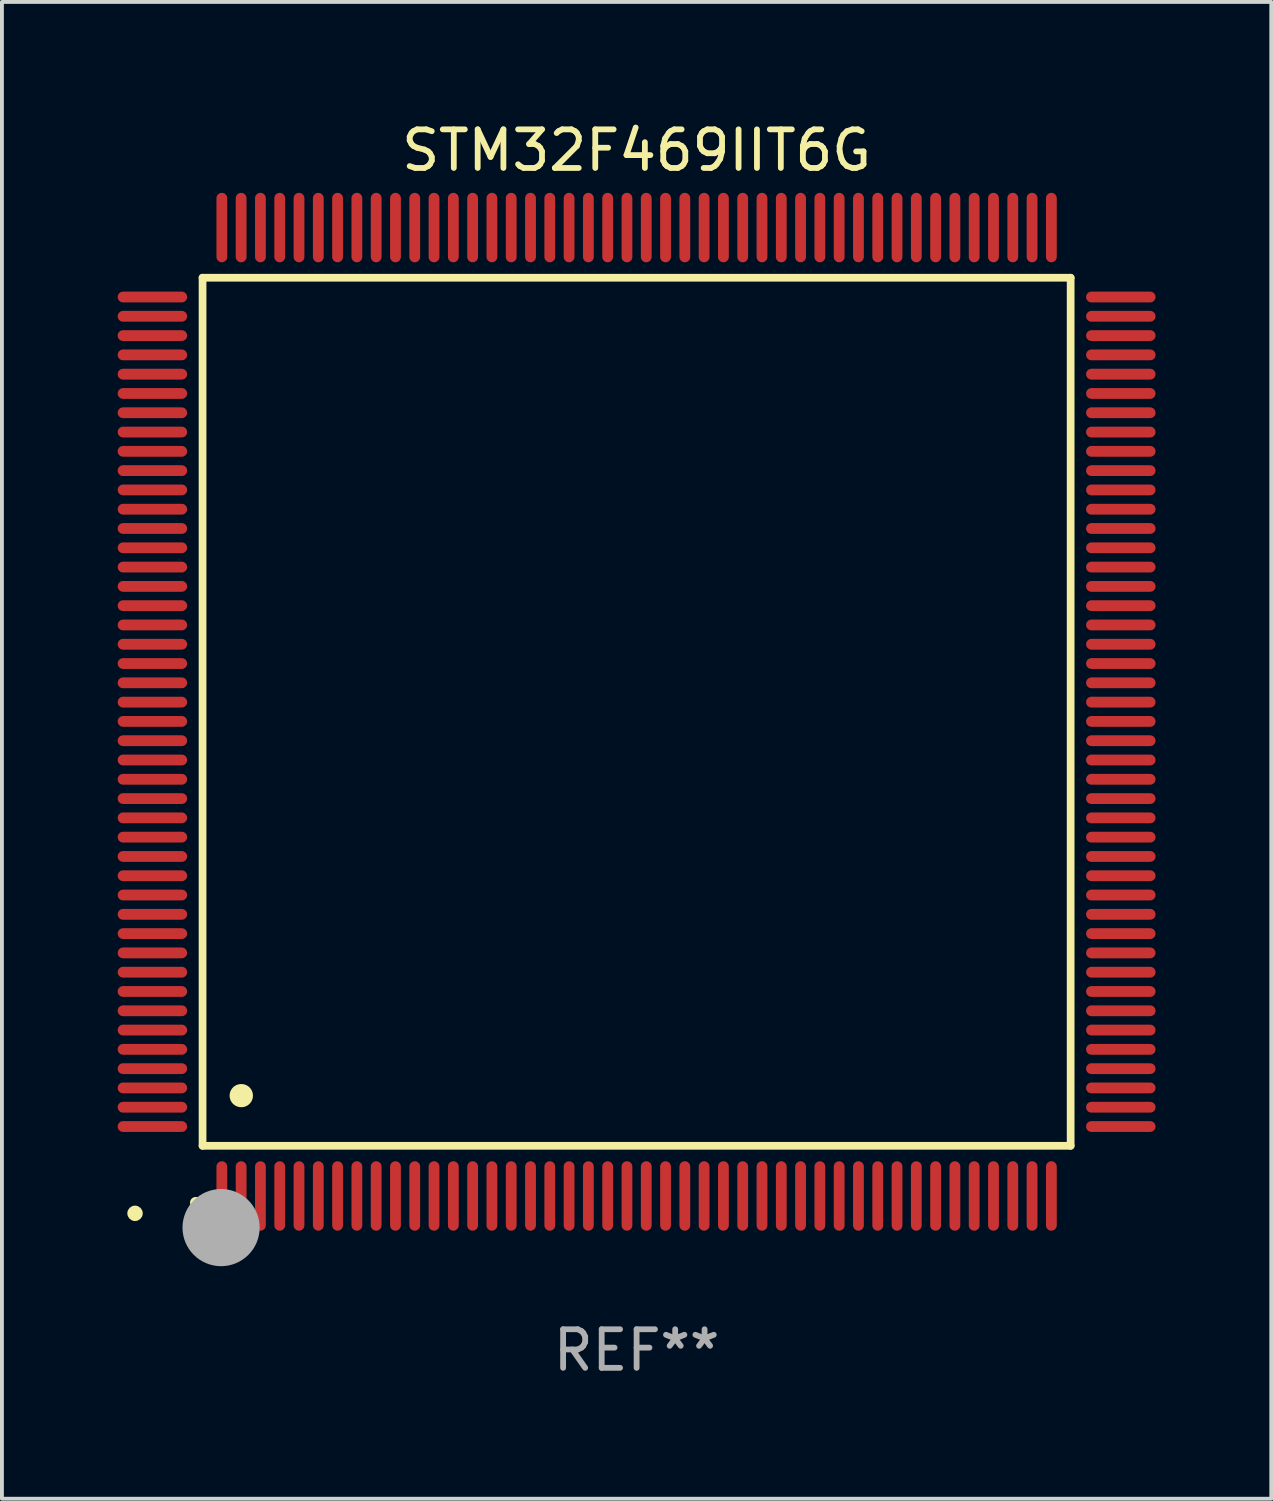
<source format=kicad_pcb>
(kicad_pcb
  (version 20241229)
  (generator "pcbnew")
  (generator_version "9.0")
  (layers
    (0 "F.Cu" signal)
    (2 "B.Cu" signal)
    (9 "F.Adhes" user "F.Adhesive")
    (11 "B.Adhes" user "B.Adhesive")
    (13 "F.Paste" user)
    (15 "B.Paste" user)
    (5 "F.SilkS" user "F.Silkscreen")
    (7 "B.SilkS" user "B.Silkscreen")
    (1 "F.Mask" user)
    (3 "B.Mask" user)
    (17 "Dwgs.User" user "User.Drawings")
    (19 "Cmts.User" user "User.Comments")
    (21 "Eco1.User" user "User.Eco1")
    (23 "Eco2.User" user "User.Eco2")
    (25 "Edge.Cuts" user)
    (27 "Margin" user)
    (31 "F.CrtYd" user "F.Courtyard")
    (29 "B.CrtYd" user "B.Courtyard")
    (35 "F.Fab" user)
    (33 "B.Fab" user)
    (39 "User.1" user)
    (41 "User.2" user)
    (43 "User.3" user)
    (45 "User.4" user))
  (footprint "STM32F469IIT6G"
    (layer "F.Cu")
    (at 13.45 15.398)
    (property "Reference" "STM32F469IIT6G" (at 0 -14.55 0) (layer "F.SilkS") (effects (font (size 1 1) (thickness 0.15))))
    (attr through_hole)
    (fp_line (start -11.25 -11.25) (end 11.25 -11.25) (stroke (width 0.2) (type solid)) (layer "F.SilkS"))
    (fp_line (start -11.25 11.25) (end -11.25 -11.25) (stroke (width 0.2) (type solid)) (layer "F.SilkS"))
    (fp_line (start 11.25 -11.25) (end 11.25 11.25) (stroke (width 0.2) (type solid)) (layer "F.SilkS"))
    (fp_line (start 11.25 11.25) (end -11.25 11.25) (stroke (width 0.2) (type solid)) (layer "F.SilkS"))
    (fp_arc (start -11.424943 12.725425) (mid -11.423673 12.72542) (end -11.422403 12.725425) (stroke (width 0.3) (type solid)) (layer "F.SilkS"))
    (fp_arc (start -10.24892 9.9492) (mid -10.24638 9.949189) (end -10.24384 9.9492) (stroke (width 0.6) (type solid)) (layer "F.SilkS"))
    (fp_circle (center -13 13) (end -12.9 13) (stroke (width 0.2) (type solid)) (fill no) (layer "F.SilkS"))
    (fp_circle (center -10.77 13.37) (end -10.27 13.37) (stroke (width 1) (type solid)) (fill no) (layer "F.Fab"))
    (fp_text user "REF**" (at 0 16.55 0) (layer "F.Fab") (effects (font (size 1 1) (thickness 0.15))))
    (pad "1" smd oval (at -10.75 12.55) (size 0.28 1.8) (layers "F.Cu" "F.Mask" "F.Paste"))
    (pad "2" smd oval (at -10.25 12.55) (size 0.28 1.8) (layers "F.Cu" "F.Mask" "F.Paste"))
    (pad "3" smd oval (at -9.75 12.55) (size 0.28 1.8) (layers "F.Cu" "F.Mask" "F.Paste"))
    (pad "4" smd oval (at -9.25 12.55) (size 0.28 1.8) (layers "F.Cu" "F.Mask" "F.Paste"))
    (pad "5" smd oval (at -8.75 12.55) (size 0.28 1.8) (layers "F.Cu" "F.Mask" "F.Paste"))
    (pad "6" smd oval (at -8.25 12.55) (size 0.28 1.8) (layers "F.Cu" "F.Mask" "F.Paste"))
    (pad "7" smd oval (at -7.75 12.55) (size 0.28 1.8) (layers "F.Cu" "F.Mask" "F.Paste"))
    (pad "8" smd oval (at -7.25 12.55) (size 0.28 1.8) (layers "F.Cu" "F.Mask" "F.Paste"))
    (pad "9" smd oval (at -6.75 12.55) (size 0.28 1.8) (layers "F.Cu" "F.Mask" "F.Paste"))
    (pad "10" smd oval (at -6.25 12.55) (size 0.28 1.8) (layers "F.Cu" "F.Mask" "F.Paste"))
    (pad "11" smd oval (at -5.75 12.55) (size 0.28 1.8) (layers "F.Cu" "F.Mask" "F.Paste"))
    (pad "12" smd oval (at -5.25 12.55) (size 0.28 1.8) (layers "F.Cu" "F.Mask" "F.Paste"))
    (pad "13" smd oval (at -4.75 12.55) (size 0.28 1.8) (layers "F.Cu" "F.Mask" "F.Paste"))
    (pad "14" smd oval (at -4.25 12.55) (size 0.28 1.8) (layers "F.Cu" "F.Mask" "F.Paste"))
    (pad "15" smd oval (at -3.75 12.55) (size 0.28 1.8) (layers "F.Cu" "F.Mask" "F.Paste"))
    (pad "16" smd oval (at -3.25 12.55) (size 0.28 1.8) (layers "F.Cu" "F.Mask" "F.Paste"))
    (pad "17" smd oval (at -2.75 12.55) (size 0.28 1.8) (layers "F.Cu" "F.Mask" "F.Paste"))
    (pad "18" smd oval (at -2.25 12.55) (size 0.28 1.8) (layers "F.Cu" "F.Mask" "F.Paste"))
    (pad "19" smd oval (at -1.75 12.55) (size 0.28 1.8) (layers "F.Cu" "F.Mask" "F.Paste"))
    (pad "20" smd oval (at -1.25 12.55) (size 0.28 1.8) (layers "F.Cu" "F.Mask" "F.Paste"))
    (pad "21" smd oval (at -0.75 12.55) (size 0.28 1.8) (layers "F.Cu" "F.Mask" "F.Paste"))
    (pad "22" smd oval (at -0.25 12.55) (size 0.28 1.8) (layers "F.Cu" "F.Mask" "F.Paste"))
    (pad "23" smd oval (at 0.25 12.55) (size 0.28 1.8) (layers "F.Cu" "F.Mask" "F.Paste"))
    (pad "24" smd oval (at 0.75 12.55) (size 0.28 1.8) (layers "F.Cu" "F.Mask" "F.Paste"))
    (pad "25" smd oval (at 1.25 12.55) (size 0.28 1.8) (layers "F.Cu" "F.Mask" "F.Paste"))
    (pad "26" smd oval (at 1.75 12.55) (size 0.28 1.8) (layers "F.Cu" "F.Mask" "F.Paste"))
    (pad "27" smd oval (at 2.25 12.55) (size 0.28 1.8) (layers "F.Cu" "F.Mask" "F.Paste"))
    (pad "28" smd oval (at 2.75 12.55) (size 0.28 1.8) (layers "F.Cu" "F.Mask" "F.Paste"))
    (pad "29" smd oval (at 3.25 12.55) (size 0.28 1.8) (layers "F.Cu" "F.Mask" "F.Paste"))
    (pad "30" smd oval (at 3.75 12.55) (size 0.28 1.8) (layers "F.Cu" "F.Mask" "F.Paste"))
    (pad "31" smd oval (at 4.25 12.55) (size 0.28 1.8) (layers "F.Cu" "F.Mask" "F.Paste"))
    (pad "32" smd oval (at 4.75 12.55) (size 0.28 1.8) (layers "F.Cu" "F.Mask" "F.Paste"))
    (pad "33" smd oval (at 5.25 12.55) (size 0.28 1.8) (layers "F.Cu" "F.Mask" "F.Paste"))
    (pad "34" smd oval (at 5.75 12.55) (size 0.28 1.8) (layers "F.Cu" "F.Mask" "F.Paste"))
    (pad "35" smd oval (at 6.25 12.55) (size 0.28 1.8) (layers "F.Cu" "F.Mask" "F.Paste"))
    (pad "36" smd oval (at 6.75 12.55) (size 0.28 1.8) (layers "F.Cu" "F.Mask" "F.Paste"))
    (pad "37" smd oval (at 7.25 12.55) (size 0.28 1.8) (layers "F.Cu" "F.Mask" "F.Paste"))
    (pad "38" smd oval (at 7.75 12.55) (size 0.28 1.8) (layers "F.Cu" "F.Mask" "F.Paste"))
    (pad "39" smd oval (at 8.25 12.55) (size 0.28 1.8) (layers "F.Cu" "F.Mask" "F.Paste"))
    (pad "40" smd oval (at 8.75 12.55) (size 0.28 1.8) (layers "F.Cu" "F.Mask" "F.Paste"))
    (pad "41" smd oval (at 9.25 12.55) (size 0.28 1.8) (layers "F.Cu" "F.Mask" "F.Paste"))
    (pad "42" smd oval (at 9.75 12.55) (size 0.28 1.8) (layers "F.Cu" "F.Mask" "F.Paste"))
    (pad "43" smd oval (at 10.25 12.55) (size 0.28 1.8) (layers "F.Cu" "F.Mask" "F.Paste"))
    (pad "44" smd oval (at 10.75 12.55) (size 0.28 1.8) (layers "F.Cu" "F.Mask" "F.Paste"))
    (pad "45" smd oval (at 12.55 10.75) (size 1.8 0.28) (layers "F.Cu" "F.Mask" "F.Paste"))
    (pad "46" smd oval (at 12.55 10.25) (size 1.8 0.28) (layers "F.Cu" "F.Mask" "F.Paste"))
    (pad "47" smd oval (at 12.55 9.75) (size 1.8 0.28) (layers "F.Cu" "F.Mask" "F.Paste"))
    (pad "48" smd oval (at 12.55 9.25) (size 1.8 0.28) (layers "F.Cu" "F.Mask" "F.Paste"))
    (pad "49" smd oval (at 12.55 8.75) (size 1.8 0.28) (layers "F.Cu" "F.Mask" "F.Paste"))
    (pad "50" smd oval (at 12.55 8.25) (size 1.8 0.28) (layers "F.Cu" "F.Mask" "F.Paste"))
    (pad "51" smd oval (at 12.55 7.75) (size 1.8 0.28) (layers "F.Cu" "F.Mask" "F.Paste"))
    (pad "52" smd oval (at 12.55 7.25) (size 1.8 0.28) (layers "F.Cu" "F.Mask" "F.Paste"))
    (pad "53" smd oval (at 12.55 6.75) (size 1.8 0.28) (layers "F.Cu" "F.Mask" "F.Paste"))
    (pad "54" smd oval (at 12.55 6.25) (size 1.8 0.28) (layers "F.Cu" "F.Mask" "F.Paste"))
    (pad "55" smd oval (at 12.55 5.75) (size 1.8 0.28) (layers "F.Cu" "F.Mask" "F.Paste"))
    (pad "56" smd oval (at 12.55 5.25) (size 1.8 0.28) (layers "F.Cu" "F.Mask" "F.Paste"))
    (pad "57" smd oval (at 12.55 4.75) (size 1.8 0.28) (layers "F.Cu" "F.Mask" "F.Paste"))
    (pad "58" smd oval (at 12.55 4.25) (size 1.8 0.28) (layers "F.Cu" "F.Mask" "F.Paste"))
    (pad "59" smd oval (at 12.55 3.75) (size 1.8 0.28) (layers "F.Cu" "F.Mask" "F.Paste"))
    (pad "60" smd oval (at 12.55 3.25) (size 1.8 0.28) (layers "F.Cu" "F.Mask" "F.Paste"))
    (pad "61" smd oval (at 12.55 2.75) (size 1.8 0.28) (layers "F.Cu" "F.Mask" "F.Paste"))
    (pad "62" smd oval (at 12.55 2.25) (size 1.8 0.28) (layers "F.Cu" "F.Mask" "F.Paste"))
    (pad "63" smd oval (at 12.55 1.75) (size 1.8 0.28) (layers "F.Cu" "F.Mask" "F.Paste"))
    (pad "64" smd oval (at 12.55 1.25) (size 1.8 0.28) (layers "F.Cu" "F.Mask" "F.Paste"))
    (pad "65" smd oval (at 12.55 0.75) (size 1.8 0.28) (layers "F.Cu" "F.Mask" "F.Paste"))
    (pad "66" smd oval (at 12.55 0.25) (size 1.8 0.28) (layers "F.Cu" "F.Mask" "F.Paste"))
    (pad "67" smd oval (at 12.55 -0.25) (size 1.8 0.28) (layers "F.Cu" "F.Mask" "F.Paste"))
    (pad "68" smd oval (at 12.55 -0.75) (size 1.8 0.28) (layers "F.Cu" "F.Mask" "F.Paste"))
    (pad "69" smd oval (at 12.55 -1.25) (size 1.8 0.28) (layers "F.Cu" "F.Mask" "F.Paste"))
    (pad "70" smd oval (at 12.55 -1.75) (size 1.8 0.28) (layers "F.Cu" "F.Mask" "F.Paste"))
    (pad "71" smd oval (at 12.55 -2.25) (size 1.8 0.28) (layers "F.Cu" "F.Mask" "F.Paste"))
    (pad "72" smd oval (at 12.55 -2.75) (size 1.8 0.28) (layers "F.Cu" "F.Mask" "F.Paste"))
    (pad "73" smd oval (at 12.55 -3.25) (size 1.8 0.28) (layers "F.Cu" "F.Mask" "F.Paste"))
    (pad "74" smd oval (at 12.55 -3.75) (size 1.8 0.28) (layers "F.Cu" "F.Mask" "F.Paste"))
    (pad "75" smd oval (at 12.55 -4.25) (size 1.8 0.28) (layers "F.Cu" "F.Mask" "F.Paste"))
    (pad "76" smd oval (at 12.55 -4.75) (size 1.8 0.28) (layers "F.Cu" "F.Mask" "F.Paste"))
    (pad "77" smd oval (at 12.55 -5.25) (size 1.8 0.28) (layers "F.Cu" "F.Mask" "F.Paste"))
    (pad "78" smd oval (at 12.55 -5.75) (size 1.8 0.28) (layers "F.Cu" "F.Mask" "F.Paste"))
    (pad "79" smd oval (at 12.55 -6.25) (size 1.8 0.28) (layers "F.Cu" "F.Mask" "F.Paste"))
    (pad "80" smd oval (at 12.55 -6.75) (size 1.8 0.28) (layers "F.Cu" "F.Mask" "F.Paste"))
    (pad "81" smd oval (at 12.55 -7.25) (size 1.8 0.28) (layers "F.Cu" "F.Mask" "F.Paste"))
    (pad "82" smd oval (at 12.55 -7.75) (size 1.8 0.28) (layers "F.Cu" "F.Mask" "F.Paste"))
    (pad "83" smd oval (at 12.55 -8.25) (size 1.8 0.28) (layers "F.Cu" "F.Mask" "F.Paste"))
    (pad "84" smd oval (at 12.55 -8.75) (size 1.8 0.28) (layers "F.Cu" "F.Mask" "F.Paste"))
    (pad "85" smd oval (at 12.55 -9.25) (size 1.8 0.28) (layers "F.Cu" "F.Mask" "F.Paste"))
    (pad "86" smd oval (at 12.55 -9.75) (size 1.8 0.28) (layers "F.Cu" "F.Mask" "F.Paste"))
    (pad "87" smd oval (at 12.55 -10.25) (size 1.8 0.28) (layers "F.Cu" "F.Mask" "F.Paste"))
    (pad "88" smd oval (at 12.55 -10.75) (size 1.8 0.28) (layers "F.Cu" "F.Mask" "F.Paste"))
    (pad "89" smd oval (at 10.75 -12.55) (size 0.28 1.8) (layers "F.Cu" "F.Mask" "F.Paste"))
    (pad "90" smd oval (at 10.25 -12.55) (size 0.28 1.8) (layers "F.Cu" "F.Mask" "F.Paste"))
    (pad "91" smd oval (at 9.75 -12.55) (size 0.28 1.8) (layers "F.Cu" "F.Mask" "F.Paste"))
    (pad "92" smd oval (at 9.25 -12.55) (size 0.28 1.8) (layers "F.Cu" "F.Mask" "F.Paste"))
    (pad "93" smd oval (at 8.75 -12.55) (size 0.28 1.8) (layers "F.Cu" "F.Mask" "F.Paste"))
    (pad "94" smd oval (at 8.25 -12.55) (size 0.28 1.8) (layers "F.Cu" "F.Mask" "F.Paste"))
    (pad "95" smd oval (at 7.75 -12.55) (size 0.28 1.8) (layers "F.Cu" "F.Mask" "F.Paste"))
    (pad "96" smd oval (at 7.25 -12.55) (size 0.28 1.8) (layers "F.Cu" "F.Mask" "F.Paste"))
    (pad "97" smd oval (at 6.75 -12.55) (size 0.28 1.8) (layers "F.Cu" "F.Mask" "F.Paste"))
    (pad "98" smd oval (at 6.25 -12.55) (size 0.28 1.8) (layers "F.Cu" "F.Mask" "F.Paste"))
    (pad "99" smd oval (at 5.75 -12.55) (size 0.28 1.8) (layers "F.Cu" "F.Mask" "F.Paste"))
    (pad "100" smd oval (at 5.25 -12.55) (size 0.28 1.8) (layers "F.Cu" "F.Mask" "F.Paste"))
    (pad "101" smd oval (at 4.75 -12.55) (size 0.28 1.8) (layers "F.Cu" "F.Mask" "F.Paste"))
    (pad "102" smd oval (at 4.25 -12.55) (size 0.28 1.8) (layers "F.Cu" "F.Mask" "F.Paste"))
    (pad "103" smd oval (at 3.75 -12.55) (size 0.28 1.8) (layers "F.Cu" "F.Mask" "F.Paste"))
    (pad "104" smd oval (at 3.25 -12.55) (size 0.28 1.8) (layers "F.Cu" "F.Mask" "F.Paste"))
    (pad "105" smd oval (at 2.75 -12.55) (size 0.28 1.8) (layers "F.Cu" "F.Mask" "F.Paste"))
    (pad "106" smd oval (at 2.25 -12.55) (size 0.28 1.8) (layers "F.Cu" "F.Mask" "F.Paste"))
    (pad "107" smd oval (at 1.75 -12.55) (size 0.28 1.8) (layers "F.Cu" "F.Mask" "F.Paste"))
    (pad "108" smd oval (at 1.25 -12.55) (size 0.28 1.8) (layers "F.Cu" "F.Mask" "F.Paste"))
    (pad "109" smd oval (at 0.75 -12.55) (size 0.28 1.8) (layers "F.Cu" "F.Mask" "F.Paste"))
    (pad "110" smd oval (at 0.25 -12.55) (size 0.28 1.8) (layers "F.Cu" "F.Mask" "F.Paste"))
    (pad "111" smd oval (at -0.25 -12.55) (size 0.28 1.8) (layers "F.Cu" "F.Mask" "F.Paste"))
    (pad "112" smd oval (at -0.75 -12.55) (size 0.28 1.8) (layers "F.Cu" "F.Mask" "F.Paste"))
    (pad "113" smd oval (at -1.25 -12.55) (size 0.28 1.8) (layers "F.Cu" "F.Mask" "F.Paste"))
    (pad "114" smd oval (at -1.75 -12.55) (size 0.28 1.8) (layers "F.Cu" "F.Mask" "F.Paste"))
    (pad "115" smd oval (at -2.25 -12.55) (size 0.28 1.8) (layers "F.Cu" "F.Mask" "F.Paste"))
    (pad "116" smd oval (at -2.75 -12.55) (size 0.28 1.8) (layers "F.Cu" "F.Mask" "F.Paste"))
    (pad "117" smd oval (at -3.25 -12.55) (size 0.28 1.8) (layers "F.Cu" "F.Mask" "F.Paste"))
    (pad "118" smd oval (at -3.75 -12.55) (size 0.28 1.8) (layers "F.Cu" "F.Mask" "F.Paste"))
    (pad "119" smd oval (at -4.25 -12.55) (size 0.28 1.8) (layers "F.Cu" "F.Mask" "F.Paste"))
    (pad "120" smd oval (at -4.75 -12.55) (size 0.28 1.8) (layers "F.Cu" "F.Mask" "F.Paste"))
    (pad "121" smd oval (at -5.25 -12.55) (size 0.28 1.8) (layers "F.Cu" "F.Mask" "F.Paste"))
    (pad "122" smd oval (at -5.75 -12.55) (size 0.28 1.8) (layers "F.Cu" "F.Mask" "F.Paste"))
    (pad "123" smd oval (at -6.25 -12.55) (size 0.28 1.8) (layers "F.Cu" "F.Mask" "F.Paste"))
    (pad "124" smd oval (at -6.75 -12.55) (size 0.28 1.8) (layers "F.Cu" "F.Mask" "F.Paste"))
    (pad "125" smd oval (at -7.25 -12.55) (size 0.28 1.8) (layers "F.Cu" "F.Mask" "F.Paste"))
    (pad "126" smd oval (at -7.75 -12.55) (size 0.28 1.8) (layers "F.Cu" "F.Mask" "F.Paste"))
    (pad "127" smd oval (at -8.25 -12.55) (size 0.28 1.8) (layers "F.Cu" "F.Mask" "F.Paste"))
    (pad "128" smd oval (at -8.75 -12.55) (size 0.28 1.8) (layers "F.Cu" "F.Mask" "F.Paste"))
    (pad "129" smd oval (at -9.25 -12.55) (size 0.28 1.8) (layers "F.Cu" "F.Mask" "F.Paste"))
    (pad "130" smd oval (at -9.75 -12.55) (size 0.28 1.8) (layers "F.Cu" "F.Mask" "F.Paste"))
    (pad "131" smd oval (at -10.25 -12.55) (size 0.28 1.8) (layers "F.Cu" "F.Mask" "F.Paste"))
    (pad "132" smd oval (at -10.75 -12.55) (size 0.28 1.8) (layers "F.Cu" "F.Mask" "F.Paste"))
    (pad "133" smd oval (at -12.55 -10.75) (size 1.8 0.28) (layers "F.Cu" "F.Mask" "F.Paste"))
    (pad "134" smd oval (at -12.55 -10.25) (size 1.8 0.28) (layers "F.Cu" "F.Mask" "F.Paste"))
    (pad "135" smd oval (at -12.55 -9.75) (size 1.8 0.28) (layers "F.Cu" "F.Mask" "F.Paste"))
    (pad "136" smd oval (at -12.55 -9.25) (size 1.8 0.28) (layers "F.Cu" "F.Mask" "F.Paste"))
    (pad "137" smd oval (at -12.55 -8.75) (size 1.8 0.28) (layers "F.Cu" "F.Mask" "F.Paste"))
    (pad "138" smd oval (at -12.55 -8.25) (size 1.8 0.28) (layers "F.Cu" "F.Mask" "F.Paste"))
    (pad "139" smd oval (at -12.55 -7.75) (size 1.8 0.28) (layers "F.Cu" "F.Mask" "F.Paste"))
    (pad "140" smd oval (at -12.55 -7.25) (size 1.8 0.28) (layers "F.Cu" "F.Mask" "F.Paste"))
    (pad "141" smd oval (at -12.55 -6.75) (size 1.8 0.28) (layers "F.Cu" "F.Mask" "F.Paste"))
    (pad "142" smd oval (at -12.55 -6.25) (size 1.8 0.28) (layers "F.Cu" "F.Mask" "F.Paste"))
    (pad "143" smd oval (at -12.55 -5.75) (size 1.8 0.28) (layers "F.Cu" "F.Mask" "F.Paste"))
    (pad "144" smd oval (at -12.55 -5.25) (size 1.8 0.28) (layers "F.Cu" "F.Mask" "F.Paste"))
    (pad "145" smd oval (at -12.55 -4.75) (size 1.8 0.28) (layers "F.Cu" "F.Mask" "F.Paste"))
    (pad "146" smd oval (at -12.55 -4.25) (size 1.8 0.28) (layers "F.Cu" "F.Mask" "F.Paste"))
    (pad "147" smd oval (at -12.55 -3.75) (size 1.8 0.28) (layers "F.Cu" "F.Mask" "F.Paste"))
    (pad "148" smd oval (at -12.55 -3.25) (size 1.8 0.28) (layers "F.Cu" "F.Mask" "F.Paste"))
    (pad "149" smd oval (at -12.55 -2.75) (size 1.8 0.28) (layers "F.Cu" "F.Mask" "F.Paste"))
    (pad "150" smd oval (at -12.55 -2.25) (size 1.8 0.28) (layers "F.Cu" "F.Mask" "F.Paste"))
    (pad "151" smd oval (at -12.55 -1.75) (size 1.8 0.28) (layers "F.Cu" "F.Mask" "F.Paste"))
    (pad "152" smd oval (at -12.55 -1.25) (size 1.8 0.28) (layers "F.Cu" "F.Mask" "F.Paste"))
    (pad "153" smd oval (at -12.55 -0.75) (size 1.8 0.28) (layers "F.Cu" "F.Mask" "F.Paste"))
    (pad "154" smd oval (at -12.55 -0.25) (size 1.8 0.28) (layers "F.Cu" "F.Mask" "F.Paste"))
    (pad "155" smd oval (at -12.55 0.25) (size 1.8 0.28) (layers "F.Cu" "F.Mask" "F.Paste"))
    (pad "156" smd oval (at -12.55 0.75) (size 1.8 0.28) (layers "F.Cu" "F.Mask" "F.Paste"))
    (pad "157" smd oval (at -12.55 1.25) (size 1.8 0.28) (layers "F.Cu" "F.Mask" "F.Paste"))
    (pad "158" smd oval (at -12.55 1.75) (size 1.8 0.28) (layers "F.Cu" "F.Mask" "F.Paste"))
    (pad "159" smd oval (at -12.55 2.25) (size 1.8 0.28) (layers "F.Cu" "F.Mask" "F.Paste"))
    (pad "160" smd oval (at -12.55 2.75) (size 1.8 0.28) (layers "F.Cu" "F.Mask" "F.Paste"))
    (pad "161" smd oval (at -12.55 3.25) (size 1.8 0.28) (layers "F.Cu" "F.Mask" "F.Paste"))
    (pad "162" smd oval (at -12.55 3.75) (size 1.8 0.28) (layers "F.Cu" "F.Mask" "F.Paste"))
    (pad "163" smd oval (at -12.55 4.25) (size 1.8 0.28) (layers "F.Cu" "F.Mask" "F.Paste"))
    (pad "164" smd oval (at -12.55 4.75) (size 1.8 0.28) (layers "F.Cu" "F.Mask" "F.Paste"))
    (pad "165" smd oval (at -12.55 5.25) (size 1.8 0.28) (layers "F.Cu" "F.Mask" "F.Paste"))
    (pad "166" smd oval (at -12.55 5.75) (size 1.8 0.28) (layers "F.Cu" "F.Mask" "F.Paste"))
    (pad "167" smd oval (at -12.55 6.25) (size 1.8 0.28) (layers "F.Cu" "F.Mask" "F.Paste"))
    (pad "168" smd oval (at -12.55 6.75) (size 1.8 0.28) (layers "F.Cu" "F.Mask" "F.Paste"))
    (pad "169" smd oval (at -12.55 7.25) (size 1.8 0.28) (layers "F.Cu" "F.Mask" "F.Paste"))
    (pad "170" smd oval (at -12.55 7.75) (size 1.8 0.28) (layers "F.Cu" "F.Mask" "F.Paste"))
    (pad "171" smd oval (at -12.55 8.25) (size 1.8 0.28) (layers "F.Cu" "F.Mask" "F.Paste"))
    (pad "172" smd oval (at -12.55 8.75) (size 1.8 0.28) (layers "F.Cu" "F.Mask" "F.Paste"))
    (pad "173" smd oval (at -12.55 9.25) (size 1.8 0.28) (layers "F.Cu" "F.Mask" "F.Paste"))
    (pad "174" smd oval (at -12.55 9.75) (size 1.8 0.28) (layers "F.Cu" "F.Mask" "F.Paste"))
    (pad "175" smd oval (at -12.55 10.25) (size 1.8 0.28) (layers "F.Cu" "F.Mask" "F.Paste"))
    (pad "176" smd oval (at -12.55 10.75) (size 1.8 0.28) (layers "F.Cu" "F.Mask" "F.Paste")))
  (gr_rect
    (start -3 -3)
    (end 29.9 35.796)
    (stroke (width 0.1) (type default))
    (fill no)
    (layer "Edge.Cuts")))
</source>
